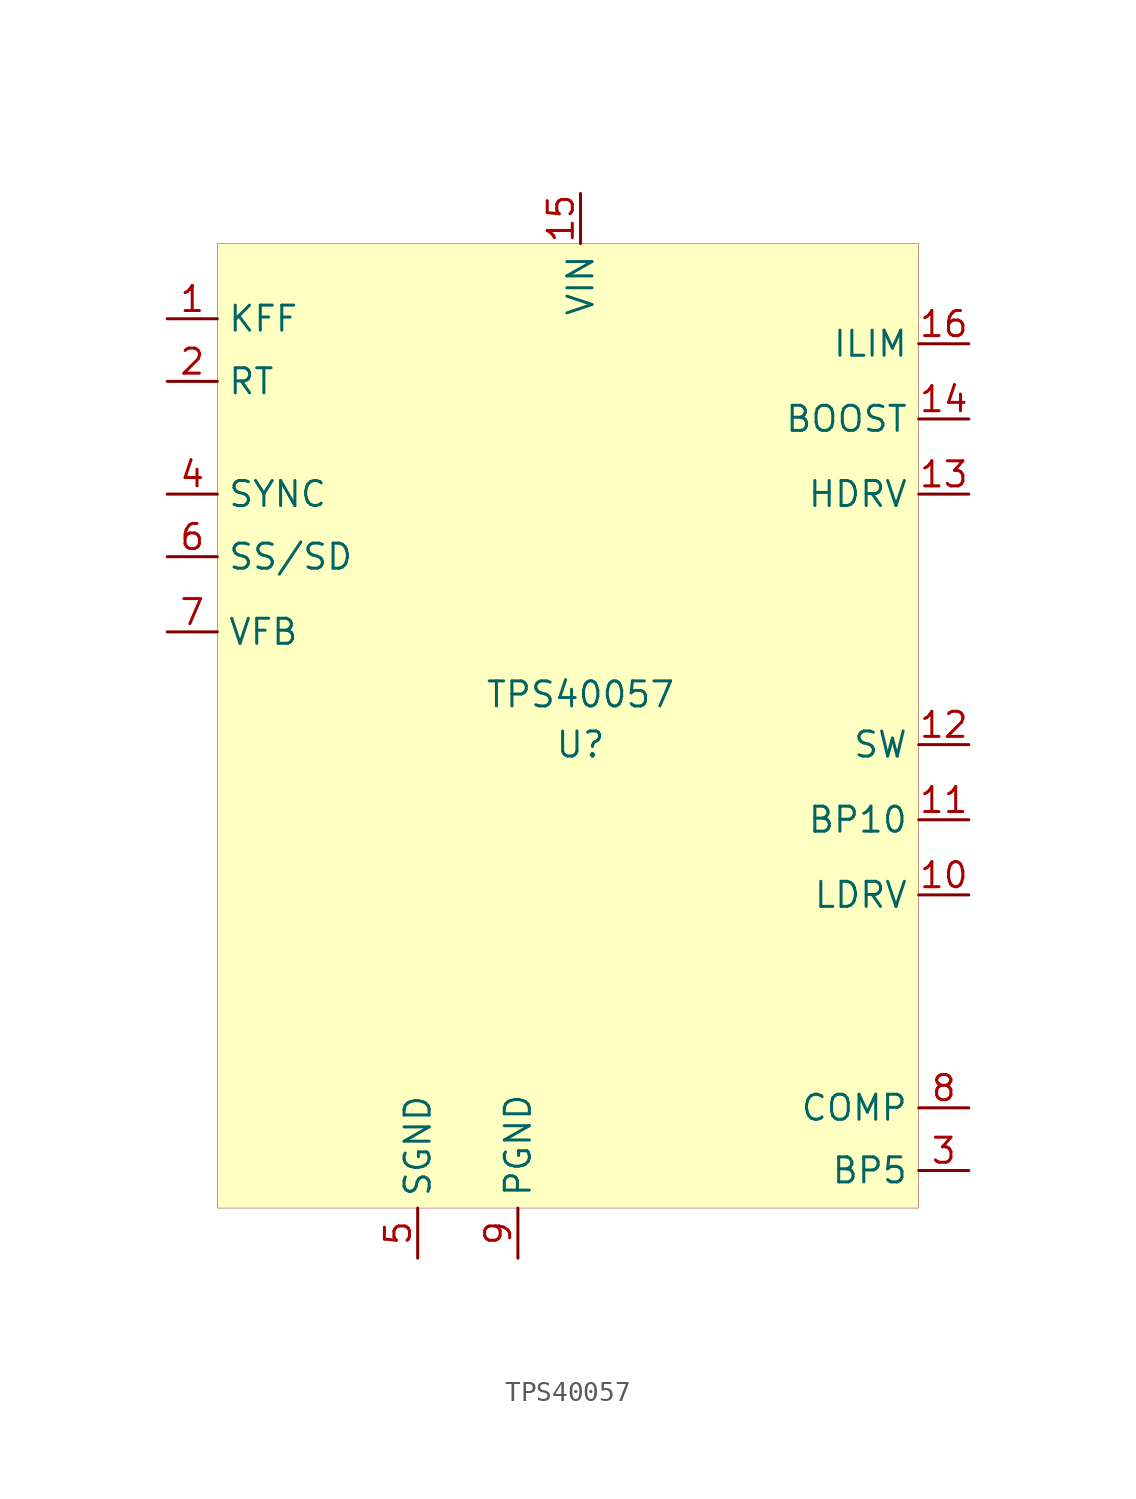
<source format=kicad_sym>
(kicad_symbol_lib
  (version 20201005)
  (generator kicad_symbol_editor)
  (symbol "beetletriple:TPS40057"
    (property "Reference" "U"
      (at 0 0 0)
      (effects (font (size 1.27 1.27))))
    (property "Value" "TPS40057"
      (at 0 2.54 0)
      (effects (font (size 1.27 1.27))))
    (symbol "TPS40057_0_1"
      (rectangle (start -18.415 25.4) (end 17.145 -23.495) (stroke (width 0.001)) (fill (type background))))
    (symbol "TPS40057_1_1"
      (pin input line (at -20.955 21.59 0) (length 2.54) (name "KFF" (effects (font (size 1.27 1.27)))) (number "1" (effects (font (size 1.27 1.27)))))
      (pin input line (at -20.955 18.415 0) (length 2.54) (name "RT" (effects (font (size 1.27 1.27)))) (number "2" (effects (font (size 1.27 1.27)))))
      (pin power_out line (at 19.685 -21.59 180) (length 2.54) (name "BP5" (effects (font (size 1.27 1.27)))) (number "3" (effects (font (size 1.27 1.27)))))
      (pin input line (at -20.955 12.7 0) (length 2.54) (name "SYNC" (effects (font (size 1.27 1.27)))) (number "4" (effects (font (size 1.27 1.27)))))
      (pin power_in line (at -8.255 -26.035 90) (length 2.54) (name "SGND" (effects (font (size 1.27 1.27)))) (number "5" (effects (font (size 1.27 1.27)))))
      (pin input line (at -20.955 9.525 0) (length 2.54) (name "SS/SD" (effects (font (size 1.27 1.27)))) (number "6" (effects (font (size 1.27 1.27)))))
      (pin input line (at -20.955 5.715 0) (length 2.54) (name "VFB" (effects (font (size 1.27 1.27)))) (number "7" (effects (font (size 1.27 1.27)))))
      (pin output line (at 19.685 -18.415 180) (length 2.54) (name "COMP" (effects (font (size 1.27 1.27)))) (number "8" (effects (font (size 1.27 1.27)))))
      (pin power_in line (at -3.175 -26.035 90) (length 2.54) (name "PGND" (effects (font (size 1.27 1.27)))) (number "9" (effects (font (size 1.27 1.27)))))
      (pin output line (at 19.685 -7.62 180) (length 2.54) (name "LDRV" (effects (font (size 1.27 1.27)))) (number "10" (effects (font (size 1.27 1.27)))))
      (pin power_out line (at 19.685 -3.81 180) (length 2.54) (name "BP10" (effects (font (size 1.27 1.27)))) (number "11" (effects (font (size 1.27 1.27)))))
      (pin output line (at 19.685 0 180) (length 2.54) (name "SW" (effects (font (size 1.27 1.27)))) (number "12" (effects (font (size 1.27 1.27)))))
      (pin output line (at 19.685 12.7 180) (length 2.54) (name "HDRV" (effects (font (size 1.27 1.27)))) (number "13" (effects (font (size 1.27 1.27)))))
      (pin output line (at 19.685 16.51 180) (length 2.54) (name "BOOST" (effects (font (size 1.27 1.27)))) (number "14" (effects (font (size 1.27 1.27)))))
      (pin power_in line (at 0 27.94 270) (length 2.54) (name "VIN" (effects (font (size 1.27 1.27)))) (number "15" (effects (font (size 1.27 1.27)))))
      (pin input line (at 19.685 20.32 180) (length 2.54) (name "ILIM" (effects (font (size 1.27 1.27)))) (number "16" (effects (font (size 1.27 1.27))))))))
</source>
